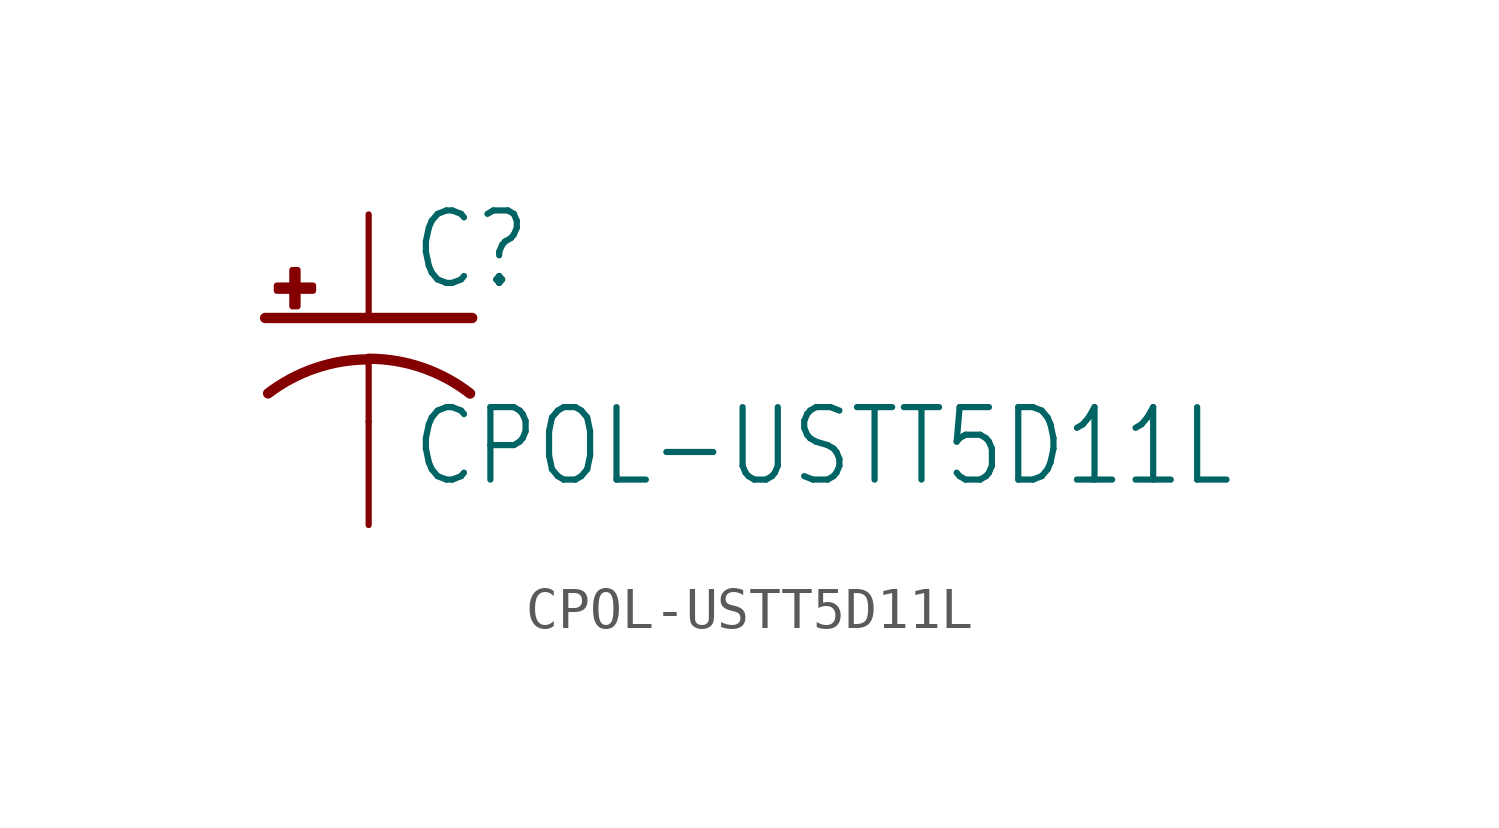
<source format=kicad_sym>
(kicad_symbol_lib
  (version 20211014)
  (generator kicad_symbol_editor)
  (symbol "CPOL-USTT5D11L"
    (property "Reference" "C"
      (at 1.016 0.635 0)
      (effects (font (size 1.778 1.511)) (justify left bottom)))
    (property "Value" "CPOL-USTT5D11L"
      (at 1.016 -4.191 0)
      (effects (font (size 1.778 1.511)) (justify left bottom)))
    (property "ki_locked" ""
      (at 0 0 0)
      (effects (font (size 1.27 1.27))))
    (symbol "CPOL-USTT5D11L_1_0"
      (rectangle (start -2.253 0.668) (end -1.364 0.795) (stroke (width 0) (type default) (color 0 0 0 0)) (fill (type outline)))
      (rectangle (start -1.872 0.287) (end -1.745 1.176) (stroke (width 0) (type default) (color 0 0 0 0)) (fill (type outline)))
      (arc (start 0 -1.0161) (mid -1.3021 -1.2302) (end -2.4669 -1.8504) (stroke (width 0.254) (type default) (color 0 0 0 0)) (fill (type none)))
      (polyline (pts (xy -2.54 0) (xy 2.54 0)) (stroke (width 0.254) (type default) (color 0 0 0 0)) (fill (type none)))
      (polyline (pts (xy 0 -1.016) (xy 0 -2.54)) (stroke (width 0.152) (type default) (color 0 0 0 0)) (fill (type none)))
      (arc (start 2.4892 -1.8542) (mid 1.3158 -1.2195) (end 0 -1) (stroke (width 0.254) (type default) (color 0 0 0 0)) (fill (type none)))
      (pin passive line (at 0 2.54 270) (length 2.54) (name "+" (effects (font (size 0 0)))) (number "+" (effects (font (size 0 0)))))
      (pin passive line (at 0 -5.08 90) (length 2.54) (name "-" (effects (font (size 0 0)))) (number "-" (effects (font (size 0 0))))))))
</source>
